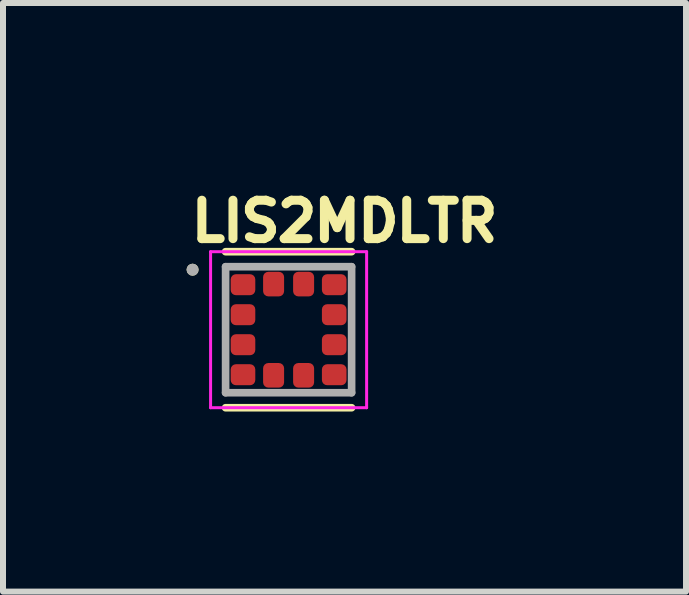
<source format=kicad_pcb>
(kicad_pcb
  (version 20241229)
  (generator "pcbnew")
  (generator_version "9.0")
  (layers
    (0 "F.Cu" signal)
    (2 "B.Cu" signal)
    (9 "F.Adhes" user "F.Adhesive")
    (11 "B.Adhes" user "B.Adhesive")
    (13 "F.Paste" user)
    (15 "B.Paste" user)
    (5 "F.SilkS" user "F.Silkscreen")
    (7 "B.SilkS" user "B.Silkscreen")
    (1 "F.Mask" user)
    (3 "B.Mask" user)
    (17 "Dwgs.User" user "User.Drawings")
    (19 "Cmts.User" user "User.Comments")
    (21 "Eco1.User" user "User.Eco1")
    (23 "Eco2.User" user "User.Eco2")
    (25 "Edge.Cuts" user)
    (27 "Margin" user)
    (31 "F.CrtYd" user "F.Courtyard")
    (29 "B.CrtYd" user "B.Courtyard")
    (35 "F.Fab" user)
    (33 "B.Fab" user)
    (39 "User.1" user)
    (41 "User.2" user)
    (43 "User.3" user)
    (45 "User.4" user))
  (footprint "LIS2MDLTR"
    (layer "F.Cu")
    (at 1.759 2.444)
    (property "Reference" "LIS2MDLTR" (at 0.932 -1.806 0) (layer "F.SilkS") (effects (font (size 0.64 0.64) (thickness 0.15))))
    (attr smd)
    (fp_line (start -1.05 -1.3) (end 1.05 -1.3) (stroke (width 0.127) (type solid)) (layer "F.SilkS"))
    (fp_line (start 1.05 1.3) (end -1.05 1.3) (stroke (width 0.127) (type solid)) (layer "F.SilkS"))
    (fp_circle (center -1.6 -1) (end -1.55 -1) (stroke (width 0.1) (type solid)) (fill no) (layer "F.SilkS"))
    (fp_line (start -1.3 -1.3) (end -1.3 1.3) (stroke (width 0.05) (type solid)) (layer "F.CrtYd"))
    (fp_line (start -1.3 1.3) (end 1.3 1.3) (stroke (width 0.05) (type solid)) (layer "F.CrtYd"))
    (fp_line (start 1.3 -1.3) (end -1.3 -1.3) (stroke (width 0.05) (type solid)) (layer "F.CrtYd"))
    (fp_line (start 1.3 1.3) (end 1.3 -1.3) (stroke (width 0.05) (type solid)) (layer "F.CrtYd"))
    (fp_line (start -1.05 -1.05) (end 1.05 -1.05) (stroke (width 0.127) (type solid)) (layer "F.Fab"))
    (fp_line (start -1.05 1.05) (end -1.05 -1.05) (stroke (width 0.127) (type solid)) (layer "F.Fab"))
    (fp_line (start 1.05 -1.05) (end 1.05 1.05) (stroke (width 0.127) (type solid)) (layer "F.Fab"))
    (fp_line (start 1.05 1.05) (end -1.05 1.05) (stroke (width 0.127) (type solid)) (layer "F.Fab"))
    (fp_circle (center -1.6 -1) (end -1.55 -1) (stroke (width 0.1) (type solid)) (fill no) (layer "F.Fab"))
    (pad "1" smd roundrect (at -0.76 -0.75) (size 0.41 0.35) (layers "F.Cu" "F.Mask" "F.Paste") (roundrect_rratio 0.25))
    (pad "2" smd roundrect (at -0.76 -0.25) (size 0.41 0.35) (layers "F.Cu" "F.Mask" "F.Paste") (roundrect_rratio 0.25))
    (pad "3" smd roundrect (at -0.76 0.25) (size 0.41 0.35) (layers "F.Cu" "F.Mask" "F.Paste") (roundrect_rratio 0.25))
    (pad "4" smd roundrect (at -0.76 0.75) (size 0.41 0.35) (layers "F.Cu" "F.Mask" "F.Paste") (roundrect_rratio 0.25))
    (pad "5" smd roundrect (at -0.25 0.76) (size 0.35 0.41) (layers "F.Cu" "F.Mask" "F.Paste") (roundrect_rratio 0.25))
    (pad "6" smd roundrect (at 0.25 0.76) (size 0.35 0.41) (layers "F.Cu" "F.Mask" "F.Paste") (roundrect_rratio 0.25))
    (pad "7" smd roundrect (at 0.76 0.75) (size 0.41 0.35) (layers "F.Cu" "F.Mask" "F.Paste") (roundrect_rratio 0.25))
    (pad "8" smd roundrect (at 0.76 0.25) (size 0.41 0.35) (layers "F.Cu" "F.Mask" "F.Paste") (roundrect_rratio 0.25))
    (pad "9" smd roundrect (at 0.76 -0.25) (size 0.41 0.35) (layers "F.Cu" "F.Mask" "F.Paste") (roundrect_rratio 0.25))
    (pad "10" smd roundrect (at 0.76 -0.75) (size 0.41 0.35) (layers "F.Cu" "F.Mask" "F.Paste") (roundrect_rratio 0.25))
    (pad "11" smd roundrect (at 0.25 -0.76) (size 0.35 0.41) (layers "F.Cu" "F.Mask" "F.Paste") (roundrect_rratio 0.25))
    (pad "12" smd roundrect (at -0.25 -0.76) (size 0.35 0.41) (layers "F.Cu" "F.Mask" "F.Paste") (roundrect_rratio 0.25)))
  (gr_rect
    (start -3 -3)
    (end 8.381 6.808)
    (stroke (width 0.1) (type default))
    (fill no)
    (layer "Edge.Cuts")))
</source>
